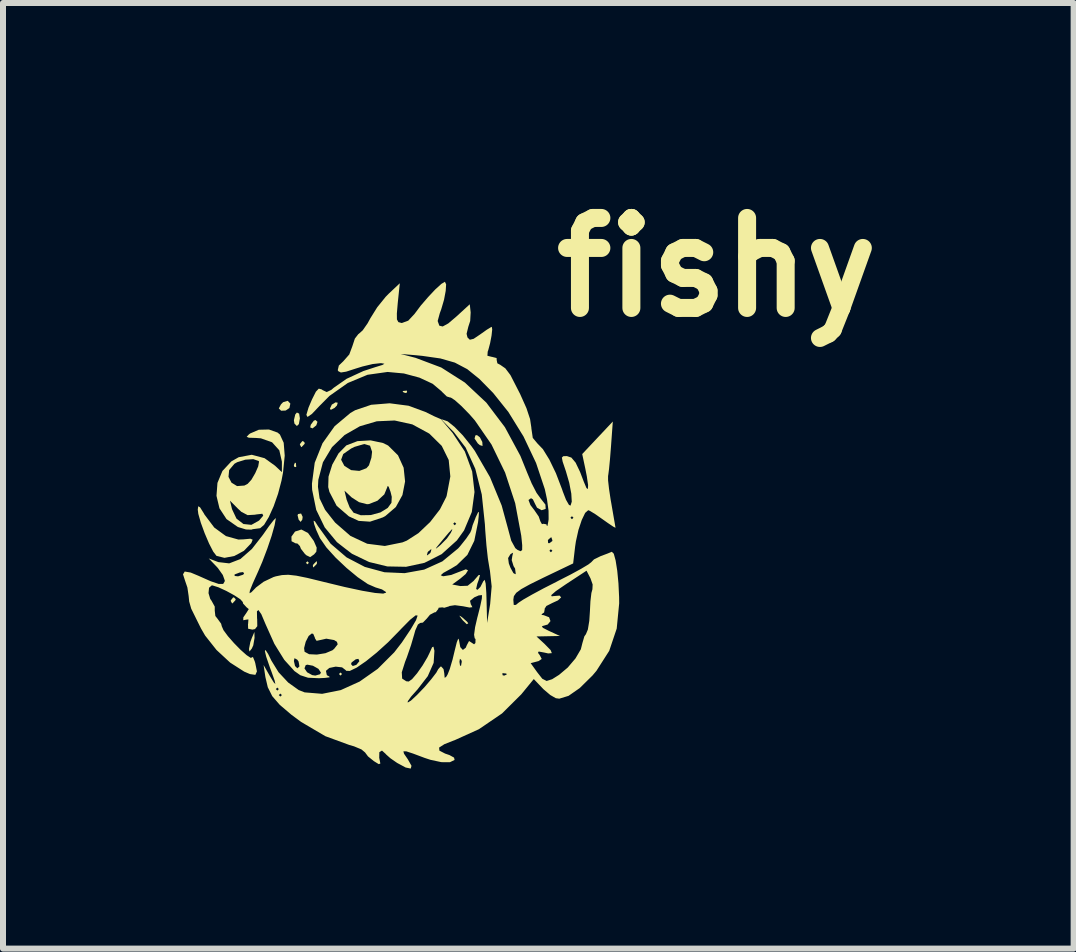
<source format=kicad_pcb>
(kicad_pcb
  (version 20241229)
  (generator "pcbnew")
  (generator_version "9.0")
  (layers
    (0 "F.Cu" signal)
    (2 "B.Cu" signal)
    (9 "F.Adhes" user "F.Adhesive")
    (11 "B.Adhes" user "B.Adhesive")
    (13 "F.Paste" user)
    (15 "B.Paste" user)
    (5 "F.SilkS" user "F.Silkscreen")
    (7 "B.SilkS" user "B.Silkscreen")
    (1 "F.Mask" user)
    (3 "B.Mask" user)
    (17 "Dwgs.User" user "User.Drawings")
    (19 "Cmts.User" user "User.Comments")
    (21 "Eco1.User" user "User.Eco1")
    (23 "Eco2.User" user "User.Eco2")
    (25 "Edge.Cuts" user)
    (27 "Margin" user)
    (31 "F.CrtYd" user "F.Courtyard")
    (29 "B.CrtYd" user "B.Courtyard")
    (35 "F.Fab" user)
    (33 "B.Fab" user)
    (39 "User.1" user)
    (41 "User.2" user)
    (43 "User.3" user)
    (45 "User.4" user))
  (footprint "fishy"
    (layer "F.Cu")
    (at 3.401 5.904)
    (property "Reference" "fishy" (at 5.5 -4.5 0) (layer "F.SilkS") (effects (font (size 1.5 1.5) (thickness 0.3))))
    (attr board_only exclude_from_pos_files exclude_from_bom)
    (fp_poly (pts (xy 0.9 -1.968) (xy 0.898 -1.968) (xy 0.889 -1.979)) (stroke (width 0) (type solid)) (fill yes) (layer "F.SilkS"))
    (fp_poly (pts (xy -1.303 0.426) (xy -1.328 0.451) (xy -1.353 0.426) (xy -1.328 0.401)) (stroke (width 0) (type solid)) (fill yes) (layer "F.SilkS"))
    (fp_poly (pts (xy -0.751 2.279) (xy -0.777 2.305) (xy -0.802 2.279) (xy -0.777 2.254)) (stroke (width 0) (type solid)) (fill yes) (layer "F.SilkS"))
    (fp_poly (pts (xy -1.52 -1.236) (xy -1.514 -1.176) (xy -1.52 -1.169) (xy -1.549 -1.176) (xy -1.553 -1.202) (xy -1.535 -1.244)) (stroke (width 0) (type solid)) (fill yes) (layer "F.SilkS"))
    (fp_poly (pts (xy 0.334 -2.438) (xy 0.327 -2.408) (xy 0.301 -2.405) (xy 0.259 -2.423) (xy 0.267 -2.438) (xy 0.327 -2.444)) (stroke (width 0) (type solid)) (fill yes) (layer "F.SilkS"))
    (fp_poly (pts (xy -1.407 -0.34) (xy -1.413 -0.294) (xy -1.441 -0.256) (xy -1.474 -0.294) (xy -1.492 -0.368) (xy -1.483 -0.387) (xy -1.433 -0.396)) (stroke (width 0) (type solid)) (fill yes) (layer "F.SilkS"))
    (fp_poly (pts (xy -0.822 -2.242) (xy -0.836 -2.196) (xy -0.876 -2.155) (xy -0.939 -2.123) (xy -0.952 -2.145) (xy -0.921 -2.211) (xy -0.858 -2.249)) (stroke (width 0) (type solid)) (fill yes) (layer "F.SilkS"))
    (fp_poly (pts (xy -2.522 1.033) (xy -2.53 1.052) (xy -2.575 1.1) (xy -2.583 1.102) (xy -2.605 1.063) (xy -2.605 1.052) (xy -2.567 1.004) (xy -2.552 1.002)) (stroke (width 0) (type solid)) (fill yes) (layer "F.SilkS"))
    (fp_poly (pts (xy -1.466 -2.061) (xy -1.453 -1.982) (xy -1.47 -1.886) (xy -1.503 -1.854) (xy -1.544 -1.895) (xy -1.553 -1.951) (xy -1.53 -2.047) (xy -1.503 -2.079)) (stroke (width 0) (type solid)) (fill yes) (layer "F.SilkS"))
    (fp_poly (pts (xy -1.37 -1.572) (xy -1.378 -1.553) (xy -1.423 -1.505) (xy -1.431 -1.503) (xy -1.452 -1.542) (xy -1.453 -1.553) (xy -1.414 -1.601) (xy -1.4 -1.603)) (stroke (width 0) (type solid)) (fill yes) (layer "F.SilkS"))
    (fp_poly (pts (xy -1.168 0.433) (xy -1.177 0.451) (xy -1.225 0.499) (xy -1.233 0.501) (xy -1.237 0.469) (xy -1.227 0.451) (xy -1.18 0.403) (xy -1.171 0.401)) (stroke (width 0) (type solid)) (fill yes) (layer "F.SilkS"))
    (fp_poly (pts (xy -1.16 -1.924) (xy -1.18 -1.865) (xy -1.239 -1.817) (xy -1.243 -1.815) (xy -1.281 -1.831) (xy -1.272 -1.875) (xy -1.221 -1.943) (xy -1.193 -1.954)) (stroke (width 0) (type solid)) (fill yes) (layer "F.SilkS"))
    (fp_poly (pts (xy 1.229 1.318) (xy 1.265 1.346) (xy 1.334 1.408) (xy 1.353 1.434) (xy 1.328 1.449) (xy 1.262 1.385) (xy 1.246 1.365) (xy 1.203 1.306)) (stroke (width 0) (type solid)) (fill yes) (layer "F.SilkS"))
    (fp_poly (pts (xy -2.209 1.678) (xy -2.23 1.801) (xy -2.254 1.854) (xy -2.293 1.904) (xy -2.301 1.866) (xy -2.3 1.854) (xy -2.279 1.746) (xy -2.254 1.678) (xy -2.211 1.578)) (stroke (width 0) (type solid)) (fill yes) (layer "F.SilkS"))
    (fp_poly (pts (xy -1.612 -2.228) (xy -1.628 -2.154) (xy -1.69 -2.112) (xy -1.766 -2.109) (xy -1.804 -2.147) (xy -1.804 -2.148) (xy -1.769 -2.214) (xy -1.733 -2.251) (xy -1.656 -2.274)) (stroke (width 0) (type solid)) (fill yes) (layer "F.SilkS"))
    (fp_poly (pts (xy 1.547 -1.665) (xy 1.587 -1.588) (xy 1.591 -1.525) (xy 1.588 -1.522) (xy 1.545 -1.536) (xy 1.512 -1.564) (xy 1.458 -1.645) (xy 1.471 -1.697) (xy 1.498 -1.703)) (stroke (width 0) (type solid)) (fill yes) (layer "F.SilkS"))
    (fp_poly (pts (xy -1.318 -0.072) (xy -1.221 0.062) (xy -1.173 0.173) (xy -1.179 0.24) (xy -1.216 0.285) (xy -1.282 0.331) (xy -1.345 0.3) (xy -1.371 0.276) (xy -1.436 0.192) (xy -1.453 0.147) (xy -1.493 0.105) (xy -1.528 0.1) (xy -1.592 0.066) (xy -1.594 -0.011) (xy -1.534 -0.095) (xy -1.429 -0.129)) (stroke (width 0) (type solid)) (fill yes) (layer "F.SilkS"))
    (fp_poly (pts (xy -3.117 -0.499) (xy -3.054 -0.399) (xy -3.042 -0.377) (xy -2.88 -0.162) (xy -2.686 -0.02) (xy -2.478 0.038) (xy -2.395 0.035) (xy -2.278 0.024) (xy -2.24 0.04) (xy -2.262 0.094) (xy -2.266 0.1) (xy -2.386 0.226) (xy -2.546 0.312) (xy -2.71 0.343) (xy -2.843 0.31) (xy -2.897 0.24) (xy -2.967 0.104) (xy -3.04 -0.067) (xy -3.104 -0.242) (xy -3.146 -0.39) (xy -3.155 -0.462) (xy -3.147 -0.517)) (stroke (width 0) (type solid)) (fill yes) (layer "F.SilkS"))
    (fp_poly (pts (xy -0.068 -1.571) (xy 0.017 -1.529) (xy 0.182 -1.366) (xy 0.276 -1.159) (xy 0.3 -0.93) (xy 0.256 -0.704) (xy 0.146 -0.504) (xy -0.03 -0.353) (xy -0.071 -0.331) (xy -0.284 -0.26) (xy -0.473 -0.273) (xy -0.636 -0.348) (xy -0.841 -0.525) (xy -0.961 -0.756) (xy -0.966 -0.777) (xy -0.71 -0.777) (xy -0.674 -0.626) (xy -0.623 -0.496) (xy -0.558 -0.409) (xy -0.438 -0.367) (xy -0.276 -0.37) (xy -0.111 -0.414) (xy 0.011 -0.489) (xy 0.073 -0.575) (xy 0.078 -0.674) (xy 0.058 -0.756) (xy 0.026 -0.844) (xy 0.007 -0.854) (xy 0.005 -0.839) (xy -0.046 -0.715) (xy -0.159 -0.61) (xy -0.3 -0.554) (xy -0.335 -0.551) (xy -0.467 -0.585) (xy -0.59 -0.664) (xy -0.71 -0.777) (xy -0.966 -0.777) (xy -0.981 -0.836) (xy -0.976 -1.011) (xy -0.913 -1.212) (xy -0.868 -1.292) (xy -0.766 -1.292) (xy -0.712 -1.19) (xy -0.599 -1.119) (xy -0.462 -1.106) (xy -0.344 -1.151) (xy -0.302 -1.199) (xy -0.261 -1.327) (xy -0.25 -1.425) (xy -0.284 -1.526) (xy -0.382 -1.554) (xy -0.542 -1.507) (xy -0.599 -1.479) (xy -0.731 -1.387) (xy -0.766 -1.292) (xy -0.868 -1.292) (xy -0.809 -1.398) (xy -0.681 -1.529) (xy -0.677 -1.532) (xy -0.494 -1.602) (xy -0.275 -1.615)) (stroke (width 0) (type solid)) (fill yes) (layer "F.SilkS"))
    (fp_poly (pts (xy -1.825 -1.745) (xy -1.786 -1.712) (xy -1.723 -1.575) (xy -1.706 -1.36) (xy -1.734 -1.079) (xy -1.76 -0.942) (xy -1.817 -0.725) (xy -1.891 -0.515) (xy -1.972 -0.336) (xy -2.05 -0.207) (xy -2.115 -0.151) (xy -2.122 -0.15) (xy -2.237 -0.135) (xy -2.263 -0.127) (xy -2.351 -0.13) (xy -2.477 -0.168) (xy -2.491 -0.174) (xy -2.676 -0.303) (xy -2.793 -0.482) (xy -2.824 -0.61) (xy -2.618 -0.61) (xy -2.584 -0.468) (xy -2.51 -0.311) (xy -2.394 -0.221) (xy -2.261 -0.207) (xy -2.133 -0.279) (xy -2.064 -0.36) (xy -2.079 -0.392) (xy -2.182 -0.38) (xy -2.203 -0.376) (xy -2.324 -0.369) (xy -2.429 -0.424) (xy -2.485 -0.476) (xy -2.618 -0.61) (xy -2.824 -0.61) (xy -2.843 -0.691) (xy -2.827 -0.906) (xy -2.785 -1.007) (xy -2.643 -1.007) (xy -2.593 -0.91) (xy -2.5 -0.853) (xy -2.378 -0.862) (xy -2.324 -0.89) (xy -2.261 -0.959) (xy -2.197 -1.069) (xy -2.148 -1.181) (xy -2.134 -1.26) (xy -2.14 -1.271) (xy -2.229 -1.302) (xy -2.363 -1.293) (xy -2.498 -1.251) (xy -2.544 -1.225) (xy -2.632 -1.12) (xy -2.643 -1.007) (xy -2.785 -1.007) (xy -2.744 -1.105) (xy -2.595 -1.265) (xy -2.473 -1.334) (xy -2.255 -1.375) (xy -2.042 -1.318) (xy -1.868 -1.193) (xy -1.753 -1.085) (xy -1.753 -1.26) (xy -1.796 -1.449) (xy -1.917 -1.583) (xy -2.103 -1.649) (xy -2.183 -1.655) (xy -2.304 -1.659) (xy -2.34 -1.675) (xy -2.302 -1.715) (xy -2.282 -1.73) (xy -2.137 -1.792) (xy -1.969 -1.796)) (stroke (width 0) (type solid)) (fill yes) (layer "F.SilkS"))
    (fp_poly (pts (xy 0.358 -2.192) (xy 0.638 -2.089) (xy 0.784 -2.017) (xy 0.891 -1.97) (xy 0.898 -1.968) (xy 1.092 -1.738) (xy 1.296 -1.429) (xy 1.418 -1.096) (xy 1.457 -0.754) (xy 1.412 -0.421) (xy 1.283 -0.114) (xy 1.164 0.052) (xy 0.91 0.281) (xy 0.623 0.426) (xy 0.317 0.492) (xy 0.004 0.486) (xy -0.301 0.412) (xy -0.539 0.297) (xy 0.664 0.297) (xy 0.67 0.301) (xy 0.716 0.265) (xy 0.726 0.25) (xy 0.739 0.204) (xy 0.732 0.2) (xy 0.687 0.236) (xy 0.676 0.25) (xy 0.664 0.297) (xy -0.539 0.297) (xy -0.585 0.275) (xy -0.695 0.191) (xy 0.813 0.191) (xy 0.863 0.152) (xy 0.894 0.125) (xy 0.998 0.019) (xy 1.063 -0.075) (xy 1.088 -0.129) (xy 1.08 -0.132) (xy 1.028 -0.076) (xy 0.924 0.047) (xy 0.901 0.075) (xy 0.825 0.167) (xy 0.813 0.191) (xy -0.695 0.191) (xy -0.836 0.081) (xy -1.039 -0.164) (xy -1.181 -0.457) (xy -1.249 -0.791) (xy -1.251 -0.842) (xy -1.152 -0.842) (xy -1.125 -0.648) (xy -1.033 -0.457) (xy -0.866 -0.245) (xy -0.611 -0.023) (xy -0.331 0.108) (xy -0.038 0.145) (xy 0.257 0.085) (xy 0.328 0.056) (xy 0.523 -0.069) (xy 0.687 -0.225) (xy 1.102 -0.225) (xy 1.127 -0.2) (xy 1.152 -0.225) (xy 1.127 -0.25) (xy 1.102 -0.225) (xy 0.687 -0.225) (xy 0.717 -0.253) (xy 0.881 -0.465) (xy 0.986 -0.671) (xy 0.993 -0.692) (xy 1.054 -1.013) (xy 1.027 -1.288) (xy 0.911 -1.523) (xy 0.705 -1.726) (xy 0.699 -1.73) (xy 0.421 -1.881) (xy 0.126 -1.946) (xy -0.171 -1.933) (xy -0.454 -1.85) (xy -0.708 -1.704) (xy -0.918 -1.502) (xy -1.069 -1.25) (xy -1.146 -0.958) (xy -1.152 -0.842) (xy -1.251 -0.842) (xy -1.252 -0.895) (xy -1.206 -1.242) (xy -1.076 -1.567) (xy -0.874 -1.851) (xy -0.612 -2.071) (xy -0.533 -2.117) (xy -0.265 -2.208) (xy 0.043 -2.233)) (stroke (width 0) (type solid)) (fill yes) (layer "F.SilkS"))
    (fp_poly (pts (xy 0.984 -4.215) (xy 0.977 -4.106) (xy 0.949 -3.958) (xy 0.903 -3.801) (xy 0.878 -3.732) (xy 0.843 -3.604) (xy 0.871 -3.526) (xy 0.872 -3.526) (xy 0.927 -3.513) (xy 1.02 -3.564) (xy 1.152 -3.676) (xy 1.378 -3.883) (xy 1.393 -3.747) (xy 1.385 -3.604) (xy 1.354 -3.509) (xy 1.325 -3.391) (xy 1.34 -3.33) (xy 1.379 -3.292) (xy 1.442 -3.307) (xy 1.552 -3.381) (xy 1.662 -3.459) (xy 1.734 -3.503) (xy 1.745 -3.507) (xy 1.752 -3.464) (xy 1.741 -3.361) (xy 1.717 -3.234) (xy 1.686 -3.118) (xy 1.677 -3.094) (xy 1.672 -3.025) (xy 1.747 -3.006) (xy 1.751 -3.006) (xy 1.825 -2.987) (xy 1.827 -2.952) (xy 1.838 -2.899) (xy 1.886 -2.874) (xy 1.971 -2.815) (xy 2.055 -2.704) (xy 2.063 -2.689) (xy 2.218 -2.386) (xy 2.323 -2.151) (xy 2.383 -1.97) (xy 2.404 -1.83) (xy 2.405 -1.814) (xy 2.428 -1.656) (xy 2.504 -1.565) (xy 2.597 -1.468) (xy 2.704 -1.295) (xy 2.814 -1.067) (xy 2.915 -0.803) (xy 2.928 -0.764) (xy 2.982 -0.625) (xy 3.031 -0.54) (xy 3.057 -0.527) (xy 3.078 -0.593) (xy 3.07 -0.728) (xy 3.036 -0.907) (xy 2.979 -1.104) (xy 2.973 -1.121) (xy 2.926 -1.26) (xy 2.913 -1.328) (xy 2.936 -1.351) (xy 2.997 -1.353) (xy 3.071 -1.328) (xy 3.142 -1.244) (xy 3.217 -1.087) (xy 3.278 -0.927) (xy 3.323 -0.82) (xy 3.347 -0.804) (xy 3.35 -0.871) (xy 3.329 -1.014) (xy 3.304 -1.142) (xy 3.252 -1.387) (xy 3.507 -1.658) (xy 3.762 -1.929) (xy 3.731 -1.503) (xy 3.715 -1.302) (xy 3.699 -1.138) (xy 3.686 -1.037) (xy 3.683 -1.022) (xy 3.683 -0.949) (xy 3.699 -0.806) (xy 3.727 -0.62) (xy 3.736 -0.571) (xy 3.768 -0.385) (xy 3.793 -0.241) (xy 3.806 -0.164) (xy 3.807 -0.158) (xy 3.771 -0.176) (xy 3.679 -0.238) (xy 3.597 -0.296) (xy 3.472 -0.384) (xy 3.38 -0.44) (xy 3.352 -0.451) (xy 3.301 -0.406) (xy 3.244 -0.287) (xy 3.189 -0.121) (xy 3.147 0.068) (xy 3.134 0.155) (xy 3.101 0.436) (xy 2.602 0.675) (xy 2.381 0.784) (xy 2.236 0.864) (xy 2.152 0.926) (xy 2.113 0.982) (xy 2.104 1.041) (xy 2.111 1.128) (xy 2.147 1.127) (xy 2.192 1.09) (xy 2.269 1.039) (xy 2.416 0.955) (xy 2.611 0.85) (xy 2.835 0.736) (xy 2.843 0.731) (xy 3.057 0.622) (xy 3.233 0.526) (xy 3.355 0.453) (xy 3.406 0.413) (xy 3.407 0.411) (xy 3.448 0.369) (xy 3.55 0.319) (xy 3.558 0.315) (xy 3.675 0.271) (xy 3.745 0.242) (xy 3.746 0.242) (xy 3.778 0.274) (xy 3.809 0.387) (xy 3.836 0.559) (xy 3.856 0.769) (xy 3.867 0.998) (xy 3.868 1.102) (xy 3.827 1.522) (xy 3.702 1.893) (xy 3.489 2.226) (xy 3.423 2.304) (xy 3.211 2.513) (xy 3.024 2.643) (xy 2.87 2.69) (xy 2.812 2.682) (xy 2.72 2.629) (xy 2.607 2.533) (xy 2.584 2.509) (xy 2.445 2.363) (xy 2.237 2.617) (xy 1.916 2.936) (xy 1.53 3.199) (xy 1.139 3.376) (xy 0.956 3.448) (xy 0.867 3.505) (xy 0.872 3.556) (xy 0.967 3.605) (xy 1.04 3.63) (xy 1.116 3.672) (xy 1.125 3.711) (xy 1.047 3.749) (xy 0.905 3.748) (xy 0.723 3.709) (xy 0.626 3.677) (xy 0.431 3.604) (xy 0.318 3.567) (xy 0.272 3.568) (xy 0.282 3.607) (xy 0.336 3.686) (xy 0.345 3.699) (xy 0.407 3.809) (xy 0.394 3.855) (xy 0.309 3.837) (xy 0.168 3.761) (xy 0.055 3.683) (xy -0.018 3.618) (xy -0.023 3.611) (xy -0.085 3.555) (xy -0.129 3.582) (xy -0.131 3.677) (xy -0.129 3.684) (xy -0.112 3.771) (xy -0.139 3.781) (xy -0.22 3.731) (xy -0.318 3.652) (xy -0.367 3.586) (xy -0.427 3.536) (xy -0.551 3.484) (xy -0.628 3.462) (xy -1.029 3.315) (xy -1.432 3.078) (xy -1.593 2.959) (xy -1.788 2.793) (xy -1.914 2.648) (xy -1.923 2.63) (xy -1.804 2.63) (xy -1.779 2.655) (xy -1.753 2.63) (xy -1.779 2.605) (xy -1.804 2.63) (xy -1.923 2.63) (xy -1.973 2.53) (xy -1.854 2.53) (xy -1.829 2.555) (xy -1.804 2.53) (xy -1.829 2.505) (xy -1.854 2.53) (xy -1.973 2.53) (xy -1.988 2.5) (xy -2.028 2.33) (xy -2.058 2.129) (xy -1.958 2.305) (xy -1.89 2.417) (xy -1.862 2.447) (xy -1.873 2.391) (xy -1.924 2.247) (xy -1.956 2.161) (xy -2.014 1.992) (xy -2.037 1.896) (xy -2.026 1.878) (xy -1.982 1.945) (xy -1.928 2.056) (xy -1.809 2.249) (xy -1.648 2.421) (xy -1.473 2.546) (xy -1.374 2.585) (xy -1.082 2.609) (xy -0.772 2.547) (xy -0.458 2.405) (xy -0.237 2.25) (xy 0.245 2.25) (xy 0.251 2.355) (xy 0.32 2.4) (xy 0.361 2.404) (xy 0.416 2.365) (xy 0.5 2.267) (xy 0.592 2.136) (xy 0.673 1.999) (xy 0.707 1.929) (xy 0.75 1.833) (xy 0.773 1.823) (xy 0.789 1.892) (xy 0.776 2.093) (xy 0.678 2.315) (xy 0.504 2.54) (xy 0.498 2.546) (xy 0.399 2.657) (xy 0.345 2.733) (xy 0.344 2.755) (xy 0.399 2.721) (xy 0.498 2.629) (xy 0.62 2.502) (xy 0.622 2.5) (xy 0.737 2.365) (xy 0.82 2.257) (xy 0.852 2.199) (xy 0.852 2.199) (xy 0.89 2.156) (xy 0.902 2.154) (xy 0.941 2.197) (xy 0.953 2.267) (xy 0.96 2.343) (xy 0.985 2.326) (xy 1.007 2.29) (xy 1.015 2.271) (xy 1.92 2.271) (xy 1.927 2.301) (xy 1.954 2.305) (xy 1.995 2.286) (xy 1.987 2.271) (xy 1.928 2.265) (xy 1.92 2.271) (xy 1.015 2.271) (xy 1.045 2.195) (xy 1.08 2.075) (xy 1.206 2.075) (xy 1.216 2.14) (xy 1.233 2.141) (xy 1.24 2.098) (xy 2.393 2.098) (xy 2.503 2.251) (xy 2.587 2.358) (xy 2.659 2.395) (xy 2.75 2.366) (xy 2.866 2.293) (xy 3.011 2.171) (xy 3.14 2.019) (xy 3.229 1.867) (xy 3.256 1.76) (xy 3.288 1.651) (xy 3.314 1.615) (xy 3.346 1.538) (xy 3.37 1.393) (xy 3.38 1.24) (xy 3.389 1.066) (xy 3.405 0.929) (xy 3.422 0.867) (xy 3.426 0.787) (xy 3.39 0.685) (xy 3.324 0.557) (xy 2.977 0.785) (xy 2.812 0.898) (xy 2.735 0.965) (xy 2.744 0.985) (xy 2.768 0.981) (xy 2.875 0.972) (xy 2.901 1.002) (xy 2.848 1.052) (xy 2.752 1.096) (xy 2.655 1.145) (xy 2.625 1.192) (xy 2.627 1.197) (xy 2.617 1.254) (xy 2.593 1.269) (xy 2.571 1.292) (xy 2.612 1.299) (xy 2.7 1.333) (xy 2.723 1.397) (xy 2.677 1.454) (xy 2.64 1.465) (xy 2.58 1.482) (xy 2.596 1.509) (xy 2.694 1.559) (xy 2.705 1.564) (xy 2.881 1.645) (xy 2.685 1.649) (xy 2.49 1.653) (xy 2.623 1.776) (xy 2.725 1.88) (xy 2.746 1.931) (xy 2.685 1.936) (xy 2.618 1.921) (xy 2.526 1.904) (xy 2.515 1.926) (xy 2.544 1.964) (xy 2.577 2.028) (xy 2.526 2.063) (xy 2.5 2.07) (xy 2.393 2.098) (xy 1.24 2.098) (xy 1.245 2.074) (xy 1.237 2.045) (xy 1.214 2.026) (xy 1.206 2.075) (xy 1.08 2.075) (xy 1.091 2.039) (xy 1.127 1.889) (xy 1.161 1.753) (xy 1.186 1.689) (xy 1.198 1.709) (xy 1.198 1.713) (xy 1.22 1.831) (xy 1.263 1.878) (xy 1.311 1.841) (xy 1.329 1.798) (xy 1.366 1.729) (xy 1.402 1.752) (xy 1.45 1.784) (xy 1.472 1.762) (xy 1.474 1.696) (xy 1.46 1.683) (xy 1.45 1.625) (xy 1.467 1.498) (xy 1.506 1.329) (xy 1.509 1.32) (xy 1.552 1.15) (xy 1.579 1.023) (xy 1.582 0.965) (xy 1.582 0.964) (xy 1.528 0.969) (xy 1.454 1.001) (xy 1.382 1.059) (xy 1.397 1.121) (xy 1.402 1.126) (xy 1.421 1.165) (xy 1.374 1.171) (xy 1.267 1.15) (xy 1.131 1.132) (xy 1.042 1.145) (xy 1.033 1.151) (xy 0.953 1.175) (xy 0.921 1.168) (xy 0.86 1.174) (xy 0.852 1.197) (xy 0.812 1.248) (xy 0.789 1.252) (xy 0.715 1.291) (xy 0.662 1.355) (xy 0.597 1.422) (xy 0.552 1.428) (xy 0.514 1.454) (xy 0.47 1.552) (xy 0.453 1.614) (xy 0.4 1.795) (xy 0.33 1.999) (xy 0.3 2.076) (xy 0.245 2.25) (xy -0.237 2.25) (xy -0.156 2.193) (xy 0.119 1.918) (xy 0.246 1.754) (xy 0.394 1.533) (xy 0.482 1.383) (xy 0.509 1.305) (xy 0.477 1.301) (xy 0.385 1.374) (xy 0.235 1.526) (xy 0.204 1.559) (xy 0.017 1.75) (xy -0.173 1.922) (xy -0.352 2.066) (xy -0.506 2.172) (xy -0.622 2.228) (xy -0.684 2.225) (xy -0.689 2.215) (xy -0.75 2.168) (xy -0.857 2.156) (xy -0.963 2.178) (xy -1.019 2.226) (xy -1.004 2.298) (xy -0.962 2.321) (xy -0.958 2.334) (xy -1.036 2.344) (xy -1.136 2.349) (xy -1.317 2.341) (xy -1.446 2.299) (xy -1.545 2.229) (xy -1.584 2.185) (xy -1.377 2.185) (xy -1.333 2.25) (xy -1.248 2.297) (xy -1.196 2.305) (xy -1.118 2.283) (xy -1.102 2.256) (xy -1.144 2.193) (xy -1.236 2.141) (xy -1.329 2.123) (xy -1.356 2.131) (xy -1.377 2.185) (xy -1.584 2.185) (xy -1.697 2.061) (xy -1.553 2.061) (xy -1.534 2.146) (xy -1.495 2.184) (xy -1.461 2.153) (xy -1.467 2.114) (xy -0.601 2.114) (xy -0.572 2.146) (xy -0.512 2.126) (xy -0.464 2.068) (xy -0.462 2.063) (xy -0.478 2.026) (xy -0.522 2.034) (xy -0.591 2.086) (xy -0.601 2.114) (xy -1.467 2.114) (xy -1.475 2.071) (xy -1.497 2.04) (xy -1.543 2.015) (xy -1.553 2.061) (xy -1.697 2.061) (xy -1.715 2.04) (xy -1.835 1.847) (xy -1.383 1.847) (xy -1.375 1.908) (xy -1.299 1.949) (xy -1.17 1.955) (xy -1.027 1.932) (xy -0.91 1.883) (xy -0.881 1.858) (xy -0.823 1.784) (xy -0.836 1.742) (xy -0.883 1.713) (xy -1.013 1.69) (xy -1.087 1.707) (xy -1.175 1.726) (xy -1.202 1.684) (xy -1.202 1.677) (xy -1.23 1.611) (xy -1.254 1.603) (xy -1.307 1.645) (xy -1.356 1.741) (xy -1.383 1.847) (xy -1.835 1.847) (xy -1.879 1.775) (xy -2.023 1.454) (xy -2.029 1.44) (xy -2.096 1.282) (xy -2.144 1.213) (xy -2.169 1.234) (xy -2.167 1.349) (xy -2.165 1.367) (xy -2.163 1.482) (xy -2.201 1.53) (xy -2.245 1.539) (xy -2.316 1.524) (xy -2.318 1.447) (xy -2.316 1.441) (xy -2.311 1.369) (xy -2.347 1.373) (xy -2.397 1.383) (xy -2.396 1.335) (xy -2.343 1.258) (xy -2.342 1.256) (xy -2.305 1.197) (xy -2.342 1.167) (xy -2.4 1.104) (xy -2.405 1.079) (xy -2.446 1.033) (xy -2.548 0.966) (xy -2.68 0.894) (xy -2.81 0.834) (xy -2.908 0.803) (xy -2.922 0.802) (xy -2.967 0.841) (xy -2.976 0.931) (xy -2.947 1.028) (xy -2.926 1.057) (xy -2.872 1.155) (xy -2.872 1.222) (xy -2.862 1.312) (xy -2.828 1.355) (xy -2.766 1.44) (xy -2.755 1.483) (xy -2.726 1.549) (xy -2.652 1.649) (xy -2.551 1.764) (xy -2.441 1.876) (xy -2.342 1.964) (xy -2.272 2.01) (xy -2.25 2.002) (xy -2.236 1.994) (xy -2.206 2.067) (xy -2.197 2.097) (xy -2.169 2.235) (xy -2.195 2.293) (xy -2.285 2.28) (xy -2.381 2.239) (xy -2.615 2.089) (xy -2.843 1.878) (xy -3.032 1.639) (xy -3.101 1.52) (xy -3.178 1.365) (xy -3.241 1.237) (xy -3.264 1.191) (xy -3.298 1.071) (xy -3.307 0.98) (xy -3.328 0.837) (xy -3.365 0.729) (xy -3.401 0.617) (xy -3.372 0.571) (xy -3.273 0.588) (xy -3.146 0.641) (xy -2.939 0.733) (xy -2.806 0.778) (xy -2.732 0.778) (xy -2.706 0.735) (xy -2.705 0.72) (xy -2.738 0.628) (xy -2.744 0.62) (xy -2.542 0.62) (xy -2.54 0.645) (xy -2.483 0.651) (xy -2.4 0.624) (xy -2.383 0.606) (xy -2.399 0.58) (xy -2.455 0.587) (xy -2.542 0.62) (xy -2.744 0.62) (xy -2.819 0.514) (xy -2.839 0.492) (xy -2.972 0.353) (xy -2.812 0.414) (xy -2.631 0.435) (xy -2.445 0.363) (xy -2.253 0.195) (xy -2.069 -0.041) (xy -1.968 -0.185) (xy -1.892 -0.283) (xy -1.856 -0.319) (xy -1.854 -0.316) (xy -1.874 -0.202) (xy -1.924 -0.024) (xy -1.996 0.189) (xy -2.08 0.41) (xy -2.148 0.568) (xy -2.238 0.768) (xy -2.286 0.887) (xy -2.293 0.933) (xy -2.261 0.916) (xy -2.191 0.844) (xy -2.185 0.837) (xy -2.057 0.741) (xy -1.893 0.663) (xy -1.854 0.651) (xy -1.751 0.63) (xy -1.645 0.625) (xy -1.512 0.64) (xy -1.33 0.677) (xy -1.076 0.739) (xy -1.06 0.743) (xy -0.705 0.829) (xy -0.416 0.891) (xy -0.2 0.928) (xy -0.064 0.939) (xy -0.016 0.922) (xy -0.019 0.912) (xy -0.085 0.869) (xy -0.192 0.836) (xy -0.321 0.78) (xy -0.49 0.665) (xy -0.676 0.511) (xy -0.858 0.339) (xy -1.012 0.169) (xy -1.116 0.019) (xy -1.122 0.008) (xy -1.182 -0.124) (xy -1.217 -0.224) (xy -1.225 -0.276) (xy -1.202 -0.265) (xy -1.151 -0.185) (xy -0.94 0.108) (xy -0.675 0.335) (xy -0.371 0.494) (xy -0.043 0.583) (xy 0.292 0.598) (xy 0.618 0.539) (xy 0.921 0.402) (xy 1.184 0.186) (xy 1.218 0.148) (xy 1.319 0.021) (xy 1.388 -0.081) (xy 1.405 -0.122) (xy 1.426 -0.202) (xy 1.473 -0.321) (xy 1.474 -0.326) (xy 1.515 -0.413) (xy 1.531 -0.423) (xy 1.527 -0.35) (xy 1.516 -0.25) (xy 1.453 0.06) (xy 1.338 0.294) (xy 1.162 0.465) (xy 1.069 0.521) (xy 0.939 0.593) (xy 0.894 0.633) (xy 0.927 0.648) (xy 0.942 0.649) (xy 1.069 0.628) (xy 1.205 0.575) (xy 1.313 0.534) (xy 1.349 0.551) (xy 1.31 0.613) (xy 1.219 0.69) (xy 1.086 0.787) (xy 1.221 0.813) (xy 1.343 0.808) (xy 1.443 0.727) (xy 1.454 0.713) (xy 1.526 0.63) (xy 1.549 0.629) (xy 1.526 0.713) (xy 1.503 0.776) (xy 1.484 0.862) (xy 1.507 0.876) (xy 1.555 0.828) (xy 1.603 0.734) (xy 1.627 0.709) (xy 1.643 0.772) (xy 1.654 0.928) (xy 1.657 1.027) (xy 1.667 1.428) (xy 1.718 1.112) (xy 1.743 0.819) (xy 1.714 0.555) (xy 1.71 0.536) (xy 1.682 0.367) (xy 1.679 0.346) (xy 2.017 0.346) (xy 2.029 0.436) (xy 2.056 0.507) (xy 2.105 0.597) (xy 2.139 0.616) (xy 2.144 0.608) (xy 2.133 0.521) (xy 2.108 0.481) (xy 2.077 0.381) (xy 2.086 0.319) (xy 2.1 0.257) (xy 2.063 0.277) (xy 2.054 0.285) (xy 2.017 0.346) (xy 1.679 0.346) (xy 1.656 0.137) (xy 1.636 -0.114) (xy 1.63 -0.218) (xy 1.578 -0.713) (xy 1.47 -1.141) (xy 1.309 -1.495) (xy 1.113 -1.752) (xy 0.9 -1.968) (xy 0.931 -1.959) (xy 1.009 -1.932) (xy 1.125 -1.839) (xy 1.263 -1.697) (xy 1.403 -1.522) (xy 1.461 -1.441) (xy 1.715 -1.002) (xy 1.91 -0.529) (xy 2.011 -0.159) (xy 2.069 0.057) (xy 2.137 0.181) (xy 2.173 0.21) (xy 2.226 0.233) (xy 2.235 0.225) (xy 2.705 0.225) (xy 2.73 0.25) (xy 2.755 0.225) (xy 2.73 0.2) (xy 2.705 0.225) (xy 2.235 0.225) (xy 2.251 0.213) (xy 2.252 0.133) (xy 2.244 0.05) (xy 2.68 0.05) (xy 2.684 0.096) (xy 2.702 0.1) (xy 2.753 0.064) (xy 2.755 0.05) (xy 2.738 0.001) (xy 2.733 0) (xy 2.691 0.035) (xy 2.68 0.05) (xy 2.244 0.05) (xy 2.236 -0.026) (xy 2.235 -0.032) (xy 2.135 -0.567) (xy 1.967 -1.078) (xy 1.74 -1.546) (xy 1.463 -1.947) (xy 1.372 -2.051) (xy 1.239 -2.187) (xy 1.129 -2.285) (xy 1.061 -2.329) (xy 1.051 -2.329) (xy 0.996 -2.346) (xy 0.916 -2.423) (xy 0.908 -2.433) (xy 0.759 -2.558) (xy 0.54 -2.66) (xy 0.28 -2.73) (xy 0.009 -2.755) (xy 0.007 -2.755) (xy -0.326 -2.708) (xy -0.655 -2.571) (xy -0.96 -2.356) (xy -1.126 -2.189) (xy -1.253 -2.055) (xy -1.326 -2.005) (xy -1.345 -2.04) (xy -1.31 -2.159) (xy -1.251 -2.298) (xy -1.186 -2.427) (xy -1.138 -2.477) (xy -1.089 -2.464) (xy -1.075 -2.453) (xy -1.006 -2.42) (xy -0.93 -2.456) (xy -0.888 -2.492) (xy -0.675 -2.641) (xy -0.396 -2.77) (xy -0.2 -2.834) (xy -0.077 -2.872) (xy -0.044 -2.892) (xy -0.096 -2.901) (xy -0.114 -2.901) (xy -0.24 -2.887) (xy -0.411 -2.846) (xy -0.524 -2.811) (xy -0.682 -2.76) (xy -0.77 -2.746) (xy -0.813 -2.768) (xy -0.822 -2.785) (xy -0.804 -2.862) (xy -0.73 -2.933) (xy -0.629 -3.048) (xy -0.627 -3.055) (xy 0.225 -3.055) (xy 0.476 -2.99) (xy 0.903 -2.829) (xy 1.297 -2.578) (xy 1.654 -2.244) (xy 1.964 -1.834) (xy 2.222 -1.356) (xy 2.335 -1.076) (xy 2.411 -0.895) (xy 2.491 -0.74) (xy 2.554 -0.653) (xy 2.639 -0.544) (xy 2.643 -0.473) (xy 2.575 -0.451) (xy 2.499 -0.493) (xy 2.469 -0.551) (xy 2.43 -0.632) (xy 2.399 -0.651) (xy 2.357 -0.621) (xy 2.389 -0.537) (xy 2.455 -0.451) (xy 2.527 -0.346) (xy 2.555 -0.265) (xy 2.581 -0.219) (xy 2.605 -0.225) (xy 2.655 -0.216) (xy 2.663 -0.191) (xy 2.673 -0.19) (xy 2.688 -0.268) (xy 2.692 -0.3) (xy 2.692 -0.326) (xy 3.056 -0.326) (xy 3.081 -0.301) (xy 3.106 -0.326) (xy 3.081 -0.351) (xy 3.056 -0.326) (xy 2.692 -0.326) (xy 2.691 -0.442) (xy 2.665 -0.634) (xy 2.629 -0.801) (xy 2.483 -1.238) (xy 2.274 -1.679) (xy 2.022 -2.087) (xy 1.768 -2.405) (xy 1.539 -2.638) (xy 1.336 -2.802) (xy 1.129 -2.911) (xy 0.889 -2.98) (xy 0.588 -3.023) (xy 0.476 -3.034) (xy 0.225 -3.055) (xy -0.627 -3.055) (xy -0.578 -3.186) (xy -0.537 -3.311) (xy -0.479 -3.386) (xy -0.471 -3.391) (xy -0.406 -3.449) (xy -0.324 -3.567) (xy -0.278 -3.651) (xy -0.165 -3.832) (xy -0.023 -4.008) (xy 0.026 -4.058) (xy 0.212 -4.233) (xy 0.178 -3.906) (xy 0.163 -3.73) (xy 0.164 -3.631) (xy 0.188 -3.586) (xy 0.238 -3.572) (xy 0.247 -3.571) (xy 0.353 -3.61) (xy 0.458 -3.723) (xy 0.559 -3.858) (xy 0.682 -4.001) (xy 0.803 -4.13) (xy 0.905 -4.223) (xy 0.964 -4.258)) (stroke (width 0) (type solid)) (fill yes) (layer "F.SilkS")))
  (gr_rect
    (start -3 -3)
    (end 14.843 12.759)
    (stroke (width 0.1) (type default))
    (fill no)
    (layer "Edge.Cuts")))
</source>
